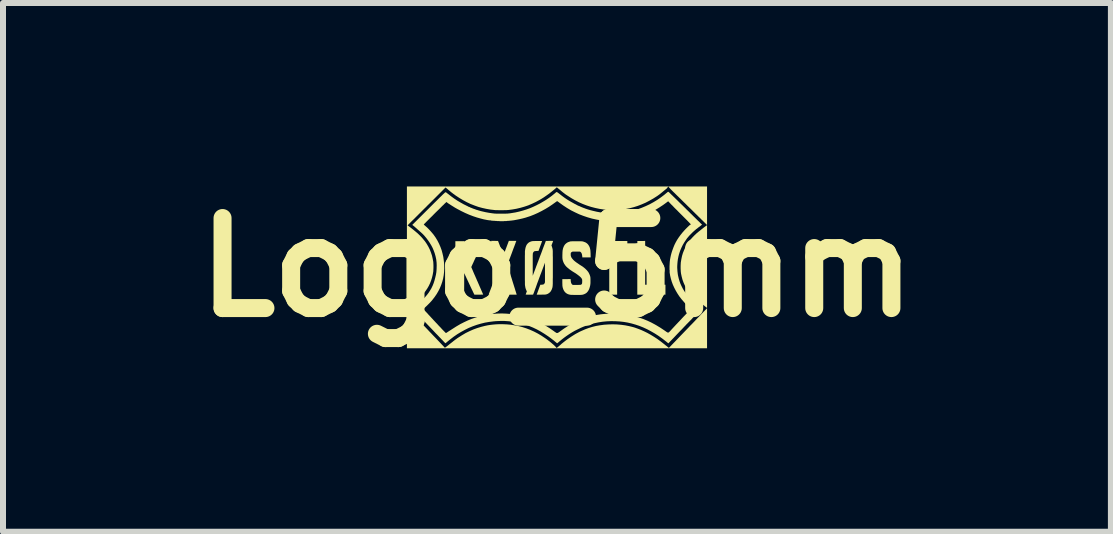
<source format=kicad_pcb>
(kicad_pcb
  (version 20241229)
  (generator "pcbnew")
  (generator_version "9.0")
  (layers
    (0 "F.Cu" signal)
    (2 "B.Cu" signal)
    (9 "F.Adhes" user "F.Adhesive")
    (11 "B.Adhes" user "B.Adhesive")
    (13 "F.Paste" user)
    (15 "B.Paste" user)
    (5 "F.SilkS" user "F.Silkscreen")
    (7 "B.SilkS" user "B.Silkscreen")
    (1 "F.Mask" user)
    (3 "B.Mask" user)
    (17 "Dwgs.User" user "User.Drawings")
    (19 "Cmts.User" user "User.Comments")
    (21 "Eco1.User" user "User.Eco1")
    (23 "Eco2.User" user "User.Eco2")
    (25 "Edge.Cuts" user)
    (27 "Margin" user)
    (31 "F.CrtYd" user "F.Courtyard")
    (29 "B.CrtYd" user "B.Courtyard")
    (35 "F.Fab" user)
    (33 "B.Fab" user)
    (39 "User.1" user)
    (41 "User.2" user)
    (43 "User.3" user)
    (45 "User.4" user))
  (footprint "Logo_5mm"
    (layer "F.Cu")
    (at 6.229 1.404)
    (property "Reference" "Logo_5mm" (at 0 0 0) (layer "F.SilkS") (effects (font (size 1.5 1.5) (thickness 0.3))))
    (attr board_only exclude_from_pos_files exclude_from_bom)
    (fp_poly (pts (xy 1.469 -0.075) (xy 1.469 0.289) (xy 1.638 0.289) (xy 1.807 0.289) (xy 1.807 0.372) (xy 1.807 0.455) (xy 1.572 0.455) (xy 1.338 0.455) (xy 1.338 0.008) (xy 1.339 -0.439) (xy 1.404 -0.439) (xy 1.469 -0.44)) (stroke (width 0) (type solid)) (fill yes) (layer "F.SilkS"))
    (fp_poly (pts (xy 1.172 -0.356) (xy 1.172 -0.273) (xy 1.087 -0.273) (xy 1.002 -0.273) (xy 1.002 0.091) (xy 1.002 0.455) (xy 0.937 0.455) (xy 0.871 0.455) (xy 0.871 0.091) (xy 0.871 -0.273) (xy 0.786 -0.273) (xy 0.701 -0.273) (xy 0.701 -0.356) (xy 0.701 -0.439) (xy 0.937 -0.439) (xy 1.172 -0.439)) (stroke (width 0) (type solid)) (fill yes) (layer "F.SilkS"))
    (fp_poly (pts (xy 2.5 -0.014) (xy 2.5 0.038) (xy 2.5 0.089) (xy 2.5 0.138) (xy 2.5 0.186) (xy 2.5 0.233) (xy 2.5 0.278) (xy 2.5 0.322) (xy 2.5 0.364) (xy 2.5 0.403) (xy 2.5 0.441) (xy 2.5 0.476) (xy 2.5 0.509) (xy 2.5 0.539) (xy 2.5 0.567) (xy 2.5 0.592) (xy 2.5 0.614) (xy 2.5 0.633) (xy 2.5 0.648) (xy 2.5 0.661) (xy 2.5 0.669) (xy 2.5 0.674) (xy 2.5 0.676) (xy 2.498 0.674) (xy 2.494 0.671) (xy 2.487 0.666) (xy 2.479 0.659) (xy 2.469 0.652) (xy 2.458 0.643) (xy 2.456 0.641) (xy 2.423 0.615) (xy 2.393 0.591) (xy 2.366 0.569) (xy 2.341 0.548) (xy 2.32 0.53) (xy 2.3 0.514) (xy 2.283 0.498) (xy 2.268 0.485) (xy 2.255 0.473) (xy 2.244 0.462) (xy 2.243 0.461) (xy 2.209 0.423) (xy 2.179 0.383) (xy 2.152 0.341) (xy 2.128 0.298) (xy 2.108 0.253) (xy 2.091 0.206) (xy 2.078 0.157) (xy 2.067 0.106) (xy 2.063 0.076) (xy 2.062 0.06) (xy 2.061 0.04) (xy 2.06 0.019) (xy 2.06 -0.003) (xy 2.06 -0.025) (xy 2.061 -0.047) (xy 2.062 -0.066) (xy 2.063 -0.082) (xy 2.072 -0.136) (xy 2.083 -0.189) (xy 2.098 -0.239) (xy 2.117 -0.287) (xy 2.138 -0.334) (xy 2.163 -0.378) (xy 2.192 -0.421) (xy 2.203 -0.436) (xy 2.228 -0.467) (xy 2.257 -0.499) (xy 2.289 -0.532) (xy 2.324 -0.565) (xy 2.362 -0.597) (xy 2.401 -0.628) (xy 2.41 -0.635) (xy 2.421 -0.643) (xy 2.43 -0.651) (xy 2.438 -0.657) (xy 2.439 -0.658) (xy 2.447 -0.664) (xy 2.456 -0.671) (xy 2.466 -0.678) (xy 2.476 -0.686) (xy 2.477 -0.686) (xy 2.5 -0.703)) (stroke (width 0) (type solid)) (fill yes) (layer "F.SilkS"))
    (fp_poly (pts (xy -1.238 -0.436) (xy -1.233 -0.436) (xy -1.23 -0.436) (xy -1.23 -0.436) (xy -1.231 -0.434) (xy -1.233 -0.429) (xy -1.237 -0.42) (xy -1.242 -0.409) (xy -1.248 -0.395) (xy -1.256 -0.379) (xy -1.264 -0.36) (xy -1.273 -0.34) (xy -1.284 -0.317) (xy -1.295 -0.293) (xy -1.307 -0.268) (xy -1.319 -0.242) (xy -1.328 -0.221) (xy -1.341 -0.194) (xy -1.353 -0.167) (xy -1.365 -0.142) (xy -1.376 -0.119) (xy -1.386 -0.097) (xy -1.395 -0.076) (xy -1.404 -0.058) (xy -1.411 -0.042) (xy -1.417 -0.029) (xy -1.422 -0.018) (xy -1.425 -0.011) (xy -1.427 -0.006) (xy -1.428 -0.005) (xy -1.427 -0.003) (xy -1.425 0.002) (xy -1.421 0.011) (xy -1.416 0.023) (xy -1.41 0.037) (xy -1.403 0.053) (xy -1.395 0.073) (xy -1.386 0.094) (xy -1.376 0.117) (xy -1.365 0.141) (xy -1.354 0.167) (xy -1.342 0.194) (xy -1.33 0.223) (xy -1.328 0.226) (xy -1.229 0.454) (xy -1.302 0.455) (xy -1.318 0.455) (xy -1.333 0.455) (xy -1.347 0.455) (xy -1.358 0.455) (xy -1.367 0.455) (xy -1.373 0.455) (xy -1.376 0.454) (xy -1.376 0.454) (xy -1.377 0.453) (xy -1.38 0.447) (xy -1.384 0.439) (xy -1.389 0.428) (xy -1.396 0.415) (xy -1.403 0.399) (xy -1.412 0.38) (xy -1.422 0.361) (xy -1.432 0.339) (xy -1.443 0.316) (xy -1.454 0.292) (xy -1.462 0.275) (xy -1.546 0.096) (xy -1.546 0.276) (xy -1.547 0.455) (xy -1.62 0.455) (xy -1.693 0.455) (xy -1.693 0.01) (xy -1.693 -0.436) (xy -1.62 -0.436) (xy -1.547 -0.436) (xy -1.546 -0.274) (xy -1.546 -0.112) (xy -1.461 -0.273) (xy -1.375 -0.435) (xy -1.303 -0.436) (xy -1.287 -0.436) (xy -1.272 -0.436) (xy -1.258 -0.436) (xy -1.247 -0.436)) (stroke (width 0) (type solid)) (fill yes) (layer "F.SilkS"))
    (fp_poly (pts (xy -0.725 -0.441) (xy -0.711 -0.441) (xy -0.699 -0.441) (xy -0.689 -0.441) (xy -0.682 -0.441) (xy -0.678 -0.44) (xy -0.678 -0.44) (xy -0.678 -0.438) (xy -0.68 -0.433) (xy -0.684 -0.424) (xy -0.688 -0.413) (xy -0.693 -0.398) (xy -0.699 -0.382) (xy -0.706 -0.363) (xy -0.714 -0.342) (xy -0.723 -0.319) (xy -0.732 -0.295) (xy -0.741 -0.27) (xy -0.751 -0.243) (xy -0.752 -0.24) (xy -0.827 -0.042) (xy -0.75 0.201) (xy -0.741 0.231) (xy -0.732 0.26) (xy -0.723 0.288) (xy -0.715 0.314) (xy -0.707 0.339) (xy -0.7 0.361) (xy -0.694 0.382) (xy -0.688 0.4) (xy -0.683 0.416) (xy -0.679 0.429) (xy -0.676 0.439) (xy -0.674 0.446) (xy -0.673 0.449) (xy -0.673 0.45) (xy -0.671 0.455) (xy -0.73 0.455) (xy -0.788 0.455) (xy -0.843 0.302) (xy -0.851 0.279) (xy -0.859 0.257) (xy -0.866 0.236) (xy -0.873 0.216) (xy -0.879 0.199) (xy -0.885 0.184) (xy -0.889 0.171) (xy -0.893 0.161) (xy -0.896 0.153) (xy -0.897 0.149) (xy -0.898 0.149) (xy -0.899 0.149) (xy -0.9 0.151) (xy -0.902 0.156) (xy -0.905 0.164) (xy -0.909 0.176) (xy -0.914 0.189) (xy -0.92 0.206) (xy -0.927 0.224) (xy -0.935 0.244) (xy -0.943 0.265) (xy -0.951 0.288) (xy -0.956 0.302) (xy -1.013 0.455) (xy -1.076 0.455) (xy -1.094 0.455) (xy -1.108 0.455) (xy -1.12 0.455) (xy -1.128 0.455) (xy -1.133 0.454) (xy -1.137 0.454) (xy -1.138 0.453) (xy -1.138 0.453) (xy -1.137 0.451) (xy -1.135 0.445) (xy -1.132 0.436) (xy -1.128 0.425) (xy -1.122 0.41) (xy -1.116 0.393) (xy -1.108 0.373) (xy -1.1 0.352) (xy -1.091 0.328) (xy -1.082 0.303) (xy -1.072 0.277) (xy -1.061 0.249) (xy -1.05 0.22) (xy -1.048 0.214) (xy -0.959 -0.023) (xy -1.029 -0.23) (xy -1.038 -0.257) (xy -1.047 -0.283) (xy -1.055 -0.309) (xy -1.063 -0.332) (xy -1.071 -0.354) (xy -1.077 -0.374) (xy -1.083 -0.392) (xy -1.088 -0.407) (xy -1.093 -0.42) (xy -1.096 -0.429) (xy -1.098 -0.436) (xy -1.099 -0.439) (xy -1.099 -0.439) (xy -1.099 -0.44) (xy -1.097 -0.44) (xy -1.092 -0.441) (xy -1.086 -0.441) (xy -1.076 -0.441) (xy -1.063 -0.441) (xy -1.047 -0.441) (xy -1.041 -0.441) (xy -0.982 -0.44) (xy -0.937 -0.324) (xy -0.929 -0.303) (xy -0.922 -0.284) (xy -0.915 -0.267) (xy -0.909 -0.251) (xy -0.903 -0.237) (xy -0.898 -0.225) (xy -0.895 -0.216) (xy -0.892 -0.21) (xy -0.891 -0.207) (xy -0.891 -0.207) (xy -0.89 -0.209) (xy -0.888 -0.214) (xy -0.885 -0.222) (xy -0.88 -0.233) (xy -0.875 -0.246) (xy -0.869 -0.262) (xy -0.863 -0.279) (xy -0.856 -0.298) (xy -0.848 -0.318) (xy -0.846 -0.324) (xy -0.802 -0.441) (xy -0.74 -0.441)) (stroke (width 0) (type solid)) (fill yes) (layer "F.SilkS"))
    (fp_poly (pts (xy -2.492 0.682) (xy -2.489 0.685) (xy -2.483 0.69) (xy -2.476 0.698) (xy -2.467 0.708) (xy -2.456 0.72) (xy -2.444 0.733) (xy -2.43 0.747) (xy -2.416 0.762) (xy -2.403 0.775) (xy -2.392 0.787) (xy -2.381 0.799) (xy -2.371 0.81) (xy -2.36 0.821) (xy -2.349 0.833) (xy -2.338 0.845) (xy -2.326 0.857) (xy -2.314 0.87) (xy -2.301 0.884) (xy -2.287 0.898) (xy -2.272 0.914) (xy -2.256 0.931) (xy -2.238 0.949) (xy -2.22 0.969) (xy -2.199 0.991) (xy -2.177 1.014) (xy -2.153 1.039) (xy -2.127 1.067) (xy -2.098 1.097) (xy -2.068 1.129) (xy -2.034 1.164) (xy -2.011 1.188) (xy -1.867 1.34) (xy -1.861 1.335) (xy -1.855 1.331) (xy -1.847 1.325) (xy -1.836 1.317) (xy -1.823 1.307) (xy -1.808 1.295) (xy -1.791 1.281) (xy -1.772 1.266) (xy -1.763 1.259) (xy -1.742 1.243) (xy -1.724 1.228) (xy -1.708 1.216) (xy -1.693 1.204) (xy -1.678 1.194) (xy -1.664 1.183) (xy -1.649 1.173) (xy -1.644 1.17) (xy -1.583 1.131) (xy -1.522 1.095) (xy -1.459 1.064) (xy -1.396 1.036) (xy -1.331 1.012) (xy -1.266 0.992) (xy -1.2 0.975) (xy -1.199 0.975) (xy -1.151 0.965) (xy -1.105 0.958) (xy -1.059 0.953) (xy -1.012 0.949) (xy -0.962 0.947) (xy -0.933 0.947) (xy -0.906 0.947) (xy -0.881 0.948) (xy -0.859 0.949) (xy -0.836 0.95) (xy -0.814 0.952) (xy -0.79 0.954) (xy -0.779 0.955) (xy -0.711 0.965) (xy -0.643 0.978) (xy -0.577 0.995) (xy -0.512 1.016) (xy -0.447 1.041) (xy -0.384 1.069) (xy -0.322 1.101) (xy -0.261 1.137) (xy -0.201 1.177) (xy -0.188 1.186) (xy -0.168 1.2) (xy -0.149 1.215) (xy -0.129 1.23) (xy -0.11 1.245) (xy -0.092 1.26) (xy -0.075 1.275) (xy -0.059 1.288) (xy -0.045 1.301) (xy -0.034 1.312) (xy -0.024 1.322) (xy -0.018 1.329) (xy -0.017 1.331) (xy -0.012 1.337) (xy -0.008 1.341) (xy -0.006 1.342) (xy -0.003 1.341) (xy 0.002 1.337) (xy 0.009 1.332) (xy 0.017 1.325) (xy 0.026 1.318) (xy 0.027 1.317) (xy 0.038 1.308) (xy 0.049 1.298) (xy 0.06 1.289) (xy 0.07 1.28) (xy 0.075 1.275) (xy 0.106 1.25) (xy 0.139 1.224) (xy 0.174 1.198) (xy 0.21 1.173) (xy 0.246 1.149) (xy 0.281 1.127) (xy 0.286 1.124) (xy 0.3 1.115) (xy 0.316 1.106) (xy 0.332 1.097) (xy 0.348 1.089) (xy 0.362 1.081) (xy 0.375 1.074) (xy 0.386 1.069) (xy 0.387 1.069) (xy 0.394 1.065) (xy 0.404 1.061) (xy 0.414 1.056) (xy 0.417 1.055) (xy 0.472 1.031) (xy 0.529 1.01) (xy 0.588 0.992) (xy 0.648 0.977) (xy 0.709 0.966) (xy 0.769 0.958) (xy 0.783 0.956) (xy 0.857 0.951) (xy 0.929 0.949) (xy 0.999 0.951) (xy 1.069 0.957) (xy 1.136 0.966) (xy 1.202 0.979) (xy 1.267 0.995) (xy 1.297 1.004) (xy 1.347 1.022) (xy 1.399 1.042) (xy 1.452 1.066) (xy 1.505 1.092) (xy 1.557 1.121) (xy 1.61 1.153) (xy 1.647 1.177) (xy 1.664 1.188) (xy 1.68 1.199) (xy 1.696 1.211) (xy 1.712 1.223) (xy 1.729 1.235) (xy 1.747 1.249) (xy 1.766 1.264) (xy 1.788 1.281) (xy 1.811 1.3) (xy 1.813 1.301) (xy 1.864 1.342) (xy 1.876 1.33) (xy 1.879 1.327) (xy 1.884 1.322) (xy 1.891 1.314) (xy 1.901 1.304) (xy 1.913 1.291) (xy 1.927 1.277) (xy 1.943 1.26) (xy 1.961 1.242) (xy 1.981 1.221) (xy 2.002 1.199) (xy 2.024 1.176) (xy 2.048 1.151) (xy 2.073 1.125) (xy 2.099 1.098) (xy 2.126 1.07) (xy 2.154 1.041) (xy 2.182 1.012) (xy 2.188 1.006) (xy 2.216 0.976) (xy 2.244 0.948) (xy 2.271 0.92) (xy 2.297 0.893) (xy 2.321 0.867) (xy 2.345 0.842) (xy 2.368 0.819) (xy 2.389 0.797) (xy 2.408 0.776) (xy 2.426 0.758) (xy 2.442 0.741) (xy 2.456 0.727) (xy 2.468 0.714) (xy 2.478 0.704) (xy 2.486 0.696) (xy 2.491 0.69) (xy 2.493 0.688) (xy 2.494 0.688) (xy 2.5 0.681) (xy 2.5 1.014) (xy 2.5 1.348) (xy 0 1.348) (xy -2.5 1.348) (xy -2.5 1.01) (xy -2.5 0.673)) (stroke (width 0) (type solid)) (fill yes) (layer "F.SilkS"))
    (fp_poly (pts (xy 0.383 -0.435) (xy 0.398 -0.435) (xy 0.409 -0.434) (xy 0.416 -0.434) (xy 0.417 -0.434) (xy 0.432 -0.431) (xy 0.448 -0.426) (xy 0.464 -0.42) (xy 0.478 -0.414) (xy 0.48 -0.413) (xy 0.496 -0.402) (xy 0.512 -0.388) (xy 0.525 -0.371) (xy 0.536 -0.353) (xy 0.543 -0.338) (xy 0.547 -0.327) (xy 0.55 -0.315) (xy 0.553 -0.304) (xy 0.555 -0.292) (xy 0.557 -0.279) (xy 0.558 -0.264) (xy 0.559 -0.246) (xy 0.56 -0.226) (xy 0.56 -0.218) (xy 0.561 -0.166) (xy 0.492 -0.166) (xy 0.422 -0.166) (xy 0.421 -0.184) (xy 0.418 -0.205) (xy 0.414 -0.223) (xy 0.408 -0.238) (xy 0.4 -0.249) (xy 0.391 -0.258) (xy 0.381 -0.262) (xy 0.377 -0.263) (xy 0.368 -0.263) (xy 0.355 -0.263) (xy 0.339 -0.263) (xy 0.318 -0.263) (xy 0.317 -0.263) (xy 0.261 -0.263) (xy 0.249 -0.257) (xy 0.24 -0.252) (xy 0.234 -0.245) (xy 0.233 -0.245) (xy 0.231 -0.241) (xy 0.23 -0.237) (xy 0.229 -0.232) (xy 0.229 -0.224) (xy 0.229 -0.219) (xy 0.229 -0.203) (xy 0.231 -0.19) (xy 0.235 -0.178) (xy 0.238 -0.17) (xy 0.246 -0.156) (xy 0.257 -0.142) (xy 0.27 -0.127) (xy 0.285 -0.112) (xy 0.303 -0.097) (xy 0.324 -0.081) (xy 0.349 -0.064) (xy 0.376 -0.045) (xy 0.397 -0.032) (xy 0.427 -0.013) (xy 0.453 0.007) (xy 0.477 0.028) (xy 0.498 0.049) (xy 0.515 0.07) (xy 0.516 0.07) (xy 0.528 0.089) (xy 0.538 0.109) (xy 0.547 0.13) (xy 0.552 0.146) (xy 0.554 0.152) (xy 0.555 0.158) (xy 0.556 0.164) (xy 0.557 0.171) (xy 0.557 0.18) (xy 0.558 0.191) (xy 0.558 0.204) (xy 0.558 0.211) (xy 0.558 0.228) (xy 0.558 0.245) (xy 0.558 0.259) (xy 0.557 0.27) (xy 0.557 0.275) (xy 0.552 0.308) (xy 0.544 0.337) (xy 0.535 0.364) (xy 0.523 0.387) (xy 0.509 0.407) (xy 0.493 0.424) (xy 0.474 0.437) (xy 0.453 0.447) (xy 0.431 0.455) (xy 0.427 0.455) (xy 0.422 0.456) (xy 0.418 0.457) (xy 0.413 0.457) (xy 0.406 0.458) (xy 0.399 0.458) (xy 0.39 0.459) (xy 0.378 0.459) (xy 0.364 0.459) (xy 0.347 0.459) (xy 0.327 0.459) (xy 0.32 0.459) (xy 0.296 0.459) (xy 0.275 0.459) (xy 0.258 0.458) (xy 0.244 0.458) (xy 0.233 0.458) (xy 0.225 0.457) (xy 0.219 0.456) (xy 0.217 0.456) (xy 0.193 0.45) (xy 0.171 0.441) (xy 0.152 0.429) (xy 0.135 0.414) (xy 0.121 0.396) (xy 0.109 0.375) (xy 0.102 0.356) (xy 0.098 0.345) (xy 0.095 0.334) (xy 0.093 0.322) (xy 0.091 0.31) (xy 0.09 0.296) (xy 0.09 0.28) (xy 0.089 0.261) (xy 0.089 0.248) (xy 0.089 0.196) (xy 0.158 0.196) (xy 0.228 0.195) (xy 0.229 0.217) (xy 0.231 0.238) (xy 0.235 0.256) (xy 0.241 0.27) (xy 0.248 0.281) (xy 0.257 0.289) (xy 0.267 0.293) (xy 0.271 0.293) (xy 0.278 0.293) (xy 0.288 0.293) (xy 0.3 0.293) (xy 0.314 0.293) (xy 0.329 0.293) (xy 0.334 0.293) (xy 0.351 0.293) (xy 0.364 0.292) (xy 0.375 0.292) (xy 0.383 0.292) (xy 0.389 0.291) (xy 0.393 0.291) (xy 0.397 0.29) (xy 0.399 0.289) (xy 0.402 0.288) (xy 0.402 0.288) (xy 0.408 0.283) (xy 0.413 0.278) (xy 0.414 0.276) (xy 0.416 0.273) (xy 0.417 0.269) (xy 0.418 0.265) (xy 0.419 0.259) (xy 0.419 0.251) (xy 0.42 0.24) (xy 0.42 0.238) (xy 0.42 0.225) (xy 0.42 0.214) (xy 0.419 0.205) (xy 0.417 0.198) (xy 0.414 0.192) (xy 0.411 0.186) (xy 0.407 0.18) (xy 0.398 0.169) (xy 0.387 0.158) (xy 0.372 0.145) (xy 0.354 0.131) (xy 0.334 0.116) (xy 0.31 0.099) (xy 0.282 0.082) (xy 0.253 0.064) (xy 0.227 0.046) (xy 0.202 0.028) (xy 0.179 0.009) (xy 0.158 -0.01) (xy 0.141 -0.029) (xy 0.135 -0.038) (xy 0.119 -0.061) (xy 0.107 -0.086) (xy 0.098 -0.111) (xy 0.092 -0.137) (xy 0.092 -0.14) (xy 0.091 -0.149) (xy 0.09 -0.161) (xy 0.09 -0.175) (xy 0.09 -0.191) (xy 0.09 -0.208) (xy 0.091 -0.225) (xy 0.091 -0.242) (xy 0.092 -0.258) (xy 0.093 -0.271) (xy 0.094 -0.283) (xy 0.095 -0.288) (xy 0.101 -0.316) (xy 0.11 -0.341) (xy 0.121 -0.363) (xy 0.134 -0.382) (xy 0.151 -0.398) (xy 0.17 -0.412) (xy 0.191 -0.422) (xy 0.213 -0.429) (xy 0.217 -0.431) (xy 0.222 -0.432) (xy 0.226 -0.432) (xy 0.23 -0.433) (xy 0.236 -0.434) (xy 0.242 -0.434) (xy 0.251 -0.434) (xy 0.261 -0.435) (xy 0.274 -0.435) (xy 0.29 -0.435) (xy 0.31 -0.435) (xy 0.316 -0.435) (xy 0.343 -0.435) (xy 0.365 -0.435)) (stroke (width 0) (type solid)) (fill yes) (layer "F.SilkS"))
    (fp_poly (pts (xy 2.5 -1.027) (xy 2.5 -0.705) (xy 2.474 -0.731) (xy 2.469 -0.737) (xy 2.46 -0.745) (xy 2.45 -0.755) (xy 2.438 -0.767) (xy 2.424 -0.781) (xy 2.408 -0.796) (xy 2.392 -0.812) (xy 2.375 -0.829) (xy 2.357 -0.846) (xy 2.343 -0.86) (xy 2.324 -0.879) (xy 2.302 -0.9) (xy 2.279 -0.923) (xy 2.255 -0.947) (xy 2.23 -0.972) (xy 2.204 -0.997) (xy 2.179 -1.021) (xy 2.155 -1.045) (xy 2.132 -1.068) (xy 2.116 -1.083) (xy 2.097 -1.102) (xy 2.077 -1.122) (xy 2.057 -1.142) (xy 2.037 -1.161) (xy 2.018 -1.18) (xy 2 -1.197) (xy 1.983 -1.214) (xy 1.969 -1.228) (xy 1.956 -1.241) (xy 1.945 -1.251) (xy 1.942 -1.254) (xy 1.926 -1.27) (xy 1.912 -1.284) (xy 1.9 -1.296) (xy 1.89 -1.307) (xy 1.881 -1.316) (xy 1.873 -1.325) (xy 1.865 -1.334) (xy 1.859 -1.341) (xy 1.854 -1.346) (xy 1.841 -1.33) (xy 1.835 -1.323) (xy 1.83 -1.316) (xy 1.825 -1.311) (xy 1.823 -1.309) (xy 1.82 -1.307) (xy 1.814 -1.302) (xy 1.807 -1.296) (xy 1.797 -1.289) (xy 1.787 -1.28) (xy 1.776 -1.271) (xy 1.774 -1.27) (xy 1.753 -1.252) (xy 1.733 -1.236) (xy 1.716 -1.222) (xy 1.7 -1.21) (xy 1.686 -1.2) (xy 1.672 -1.19) (xy 1.666 -1.186) (xy 1.603 -1.146) (xy 1.539 -1.11) (xy 1.476 -1.077) (xy 1.411 -1.049) (xy 1.346 -1.024) (xy 1.28 -1.003) (xy 1.214 -0.986) (xy 1.146 -0.972) (xy 1.078 -0.962) (xy 1.024 -0.957) (xy 1.011 -0.956) (xy 0.994 -0.955) (xy 0.975 -0.955) (xy 0.954 -0.955) (xy 0.933 -0.955) (xy 0.912 -0.955) (xy 0.891 -0.955) (xy 0.873 -0.956) (xy 0.857 -0.956) (xy 0.85 -0.957) (xy 0.777 -0.964) (xy 0.705 -0.975) (xy 0.635 -0.99) (xy 0.566 -1.008) (xy 0.498 -1.03) (xy 0.432 -1.055) (xy 0.366 -1.084) (xy 0.302 -1.117) (xy 0.238 -1.154) (xy 0.179 -1.192) (xy 0.162 -1.203) (xy 0.147 -1.213) (xy 0.132 -1.224) (xy 0.118 -1.235) (xy 0.103 -1.246) (xy 0.087 -1.259) (xy 0.069 -1.274) (xy 0.049 -1.291) (xy 0.049 -1.291) (xy -0.003 -1.334) (xy -0.008 -1.329) (xy -0.046 -1.296) (xy -0.088 -1.262) (xy -0.131 -1.228) (xy -0.176 -1.196) (xy -0.221 -1.165) (xy -0.266 -1.137) (xy -0.289 -1.124) (xy -0.351 -1.09) (xy -0.415 -1.06) (xy -0.478 -1.033) (xy -0.543 -1.011) (xy -0.609 -0.992) (xy -0.677 -0.976) (xy -0.746 -0.964) (xy -0.816 -0.955) (xy -0.821 -0.955) (xy -0.832 -0.954) (xy -0.846 -0.953) (xy -0.862 -0.953) (xy -0.881 -0.953) (xy -0.901 -0.952) (xy -0.921 -0.952) (xy -0.943 -0.952) (xy -0.963 -0.952) (xy -0.983 -0.953) (xy -1.002 -0.953) (xy -1.018 -0.953) (xy -1.031 -0.954) (xy -1.04 -0.955) (xy -1.11 -0.963) (xy -1.179 -0.975) (xy -1.246 -0.99) (xy -1.312 -1.008) (xy -1.376 -1.031) (xy -1.44 -1.056) (xy -1.503 -1.086) (xy -1.564 -1.119) (xy -1.626 -1.156) (xy -1.687 -1.196) (xy -1.707 -1.211) (xy -1.718 -1.219) (xy -1.727 -1.225) (xy -1.734 -1.23) (xy -1.74 -1.235) (xy -1.747 -1.241) (xy -1.756 -1.247) (xy -1.766 -1.255) (xy -1.772 -1.26) (xy -1.781 -1.268) (xy -1.792 -1.277) (xy -1.805 -1.287) (xy -1.818 -1.299) (xy -1.832 -1.311) (xy -1.847 -1.323) (xy -1.848 -1.324) (xy -1.856 -1.331) (xy -2.102 -1.085) (xy -2.129 -1.058) (xy -2.157 -1.031) (xy -2.183 -1.004) (xy -2.21 -0.978) (xy -2.236 -0.952) (xy -2.261 -0.927) (xy -2.285 -0.903) (xy -2.308 -0.88) (xy -2.33 -0.858) (xy -2.35 -0.838) (xy -2.368 -0.82) (xy -2.384 -0.804) (xy -2.398 -0.79) (xy -2.41 -0.779) (xy -2.419 -0.77) (xy -2.419 -0.77) (xy -2.489 -0.7) (xy -2.449 -0.67) (xy -2.415 -0.644) (xy -2.384 -0.619) (xy -2.355 -0.595) (xy -2.329 -0.573) (xy -2.305 -0.551) (xy -2.283 -0.529) (xy -2.262 -0.508) (xy -2.242 -0.486) (xy -2.235 -0.477) (xy -2.2 -0.435) (xy -2.17 -0.391) (xy -2.143 -0.345) (xy -2.119 -0.297) (xy -2.1 -0.248) (xy -2.083 -0.198) (xy -2.071 -0.145) (xy -2.061 -0.092) (xy -2.061 -0.091) (xy -2.06 -0.075) (xy -2.059 -0.056) (xy -2.058 -0.035) (xy -2.058 -0.012) (xy -2.058 0.01) (xy -2.059 0.032) (xy -2.06 0.052) (xy -2.061 0.07) (xy -2.062 0.076) (xy -2.071 0.126) (xy -2.083 0.175) (xy -2.098 0.222) (xy -2.116 0.268) (xy -2.138 0.313) (xy -2.163 0.356) (xy -2.192 0.398) (xy -2.225 0.439) (xy -2.261 0.479) (xy -2.301 0.519) (xy -2.344 0.557) (xy -2.392 0.595) (xy -2.399 0.6) (xy -2.405 0.604) (xy -2.413 0.611) (xy -2.423 0.618) (xy -2.434 0.626) (xy -2.445 0.634) (xy -2.457 0.642) (xy -2.468 0.65) (xy -2.478 0.657) (xy -2.487 0.663) (xy -2.493 0.668) (xy -2.497 0.67) (xy -2.498 0.671) (xy -2.498 0.669) (xy -2.498 0.665) (xy -2.499 0.657) (xy -2.499 0.645) (xy -2.499 0.631) (xy -2.499 0.613) (xy -2.499 0.592) (xy -2.499 0.567) (xy -2.499 0.539) (xy -2.499 0.507) (xy -2.5 0.472) (xy -2.5 0.433) (xy -2.5 0.391) (xy -2.5 0.345) (xy -2.5 0.296) (xy -2.5 0.243) (xy -2.5 0.186) (xy -2.5 0.126) (xy -2.5 0.062) (xy -2.5 -0.006) (xy -2.5 -0.078) (xy -2.5 -0.153) (xy -2.5 -0.233) (xy -2.5 -0.316) (xy -2.5 -0.338) (xy -2.5 -1.348) (xy 0 -1.348) (xy 2.5 -1.348)) (stroke (width 0) (type solid)) (fill yes) (layer "F.SilkS"))
    (fp_poly (pts (xy -0.097 -0.441) (xy -0.085 -0.441) (xy -0.075 -0.441) (xy -0.069 -0.44) (xy -0.065 -0.44) (xy -0.064 -0.44) (xy -0.065 -0.438) (xy -0.067 -0.432) (xy -0.07 -0.424) (xy -0.073 -0.415) (xy -0.077 -0.404) (xy -0.078 -0.402) (xy -0.092 -0.365) (xy -0.087 -0.353) (xy -0.083 -0.34) (xy -0.079 -0.327) (xy -0.075 -0.312) (xy -0.073 -0.302) (xy -0.072 -0.299) (xy -0.072 -0.296) (xy -0.072 -0.293) (xy -0.071 -0.289) (xy -0.071 -0.284) (xy -0.071 -0.279) (xy -0.07 -0.271) (xy -0.07 -0.263) (xy -0.07 -0.253) (xy -0.07 -0.241) (xy -0.07 -0.227) (xy -0.07 -0.211) (xy -0.07 -0.192) (xy -0.069 -0.171) (xy -0.069 -0.147) (xy -0.069 -0.12) (xy -0.069 -0.09) (xy -0.069 -0.056) (xy -0.069 -0.019) (xy -0.069 0.005) (xy -0.069 0.045) (xy -0.069 0.081) (xy -0.069 0.114) (xy -0.069 0.144) (xy -0.069 0.17) (xy -0.07 0.194) (xy -0.07 0.215) (xy -0.07 0.233) (xy -0.07 0.249) (xy -0.07 0.264) (xy -0.07 0.276) (xy -0.071 0.286) (xy -0.071 0.295) (xy -0.072 0.303) (xy -0.072 0.31) (xy -0.073 0.316) (xy -0.074 0.321) (xy -0.074 0.325) (xy -0.075 0.33) (xy -0.076 0.334) (xy -0.077 0.339) (xy -0.078 0.343) (xy -0.081 0.351) (xy -0.085 0.362) (xy -0.089 0.373) (xy -0.092 0.378) (xy -0.103 0.398) (xy -0.117 0.415) (xy -0.134 0.429) (xy -0.153 0.441) (xy -0.175 0.449) (xy -0.176 0.449) (xy -0.18 0.451) (xy -0.184 0.452) (xy -0.188 0.452) (xy -0.193 0.453) (xy -0.199 0.453) (xy -0.207 0.454) (xy -0.217 0.454) (xy -0.23 0.454) (xy -0.246 0.454) (xy -0.264 0.455) (xy -0.284 0.455) (xy -0.3 0.455) (xy -0.312 0.455) (xy -0.322 0.455) (xy -0.329 0.455) (xy -0.334 0.454) (xy -0.336 0.454) (xy -0.337 0.453) (xy -0.337 0.453) (xy -0.337 0.45) (xy -0.335 0.445) (xy -0.331 0.436) (xy -0.327 0.425) (xy -0.322 0.412) (xy -0.317 0.397) (xy -0.311 0.381) (xy -0.307 0.37) (xy -0.277 0.289) (xy -0.255 0.289) (xy -0.245 0.288) (xy -0.237 0.287) (xy -0.231 0.286) (xy -0.226 0.284) (xy -0.224 0.284) (xy -0.215 0.277) (xy -0.208 0.267) (xy -0.202 0.256) (xy -0.201 0.251) (xy -0.201 0.247) (xy -0.2 0.239) (xy -0.2 0.228) (xy -0.2 0.212) (xy -0.2 0.193) (xy -0.2 0.17) (xy -0.2 0.143) (xy -0.2 0.112) (xy -0.2 0.082) (xy -0.2 -0.077) (xy -0.268 0.104) (xy -0.278 0.129) (xy -0.287 0.154) (xy -0.296 0.177) (xy -0.304 0.199) (xy -0.311 0.219) (xy -0.318 0.237) (xy -0.324 0.253) (xy -0.329 0.266) (xy -0.333 0.277) (xy -0.335 0.284) (xy -0.337 0.288) (xy -0.337 0.289) (xy -0.338 0.292) (xy -0.34 0.298) (xy -0.343 0.306) (xy -0.347 0.317) (xy -0.351 0.33) (xy -0.356 0.343) (xy -0.362 0.358) (xy -0.367 0.373) (xy -0.373 0.388) (xy -0.378 0.403) (xy -0.383 0.417) (xy -0.388 0.429) (xy -0.392 0.439) (xy -0.395 0.447) (xy -0.397 0.452) (xy -0.398 0.453) (xy -0.4 0.454) (xy -0.405 0.454) (xy -0.413 0.455) (xy -0.424 0.455) (xy -0.436 0.455) (xy -0.449 0.455) (xy -0.462 0.455) (xy -0.475 0.455) (xy -0.488 0.455) (xy -0.499 0.455) (xy -0.509 0.454) (xy -0.516 0.454) (xy -0.521 0.454) (xy -0.522 0.453) (xy -0.521 0.451) (xy -0.519 0.446) (xy -0.516 0.438) (xy -0.513 0.429) (xy -0.512 0.426) (xy -0.502 0.4) (xy -0.51 0.384) (xy -0.518 0.364) (xy -0.525 0.344) (xy -0.529 0.322) (xy -0.533 0.297) (xy -0.533 0.292) (xy -0.534 0.287) (xy -0.534 0.278) (xy -0.534 0.266) (xy -0.534 0.251) (xy -0.534 0.233) (xy -0.535 0.213) (xy -0.535 0.19) (xy -0.535 0.166) (xy -0.535 0.14) (xy -0.535 0.113) (xy -0.535 0.084) (xy -0.535 0.055) (xy -0.535 0.026) (xy -0.535 -0.004) (xy -0.535 -0.034) (xy -0.535 -0.063) (xy -0.535 -0.091) (xy -0.535 -0.119) (xy -0.535 -0.145) (xy -0.535 -0.169) (xy -0.535 -0.192) (xy -0.534 -0.213) (xy -0.534 -0.231) (xy -0.534 -0.247) (xy -0.534 -0.259) (xy -0.534 -0.268) (xy -0.533 -0.274) (xy -0.533 -0.274) (xy -0.529 -0.304) (xy -0.523 -0.331) (xy -0.515 -0.355) (xy -0.505 -0.376) (xy -0.492 -0.393) (xy -0.477 -0.408) (xy -0.459 -0.42) (xy -0.439 -0.429) (xy -0.423 -0.434) (xy -0.419 -0.435) (xy -0.415 -0.436) (xy -0.41 -0.437) (xy -0.404 -0.437) (xy -0.398 -0.438) (xy -0.389 -0.438) (xy -0.378 -0.438) (xy -0.365 -0.439) (xy -0.349 -0.439) (xy -0.329 -0.439) (xy -0.328 -0.439) (xy -0.307 -0.439) (xy -0.291 -0.439) (xy -0.277 -0.439) (xy -0.267 -0.439) (xy -0.259 -0.439) (xy -0.254 -0.439) (xy -0.25 -0.438) (xy -0.249 -0.438) (xy -0.248 -0.437) (xy -0.249 -0.435) (xy -0.251 -0.429) (xy -0.254 -0.421) (xy -0.258 -0.41) (xy -0.262 -0.397) (xy -0.268 -0.382) (xy -0.274 -0.366) (xy -0.278 -0.355) (xy -0.308 -0.274) (xy -0.337 -0.273) (xy -0.351 -0.272) (xy -0.362 -0.271) (xy -0.371 -0.27) (xy -0.377 -0.267) (xy -0.383 -0.264) (xy -0.387 -0.26) (xy -0.395 -0.25) (xy -0.4 -0.238) (xy -0.402 -0.231) (xy -0.403 -0.227) (xy -0.403 -0.221) (xy -0.403 -0.211) (xy -0.404 -0.199) (xy -0.404 -0.183) (xy -0.404 -0.164) (xy -0.404 -0.141) (xy -0.404 -0.115) (xy -0.404 -0.085) (xy -0.404 -0.051) (xy -0.404 -0.04) (xy -0.404 0.14) (xy -0.353 0.005) (xy -0.345 -0.018) (xy -0.336 -0.04) (xy -0.328 -0.062) (xy -0.32 -0.084) (xy -0.311 -0.106) (xy -0.303 -0.129) (xy -0.294 -0.152) (xy -0.285 -0.177) (xy -0.275 -0.203) (xy -0.264 -0.231) (xy -0.253 -0.261) (xy -0.241 -0.294) (xy -0.228 -0.329) (xy -0.213 -0.368) (xy -0.2 -0.402) (xy -0.186 -0.44) (xy -0.125 -0.441) (xy -0.11 -0.441)) (stroke (width 0) (type solid)) (fill yes) (layer "F.SilkS"))
    (fp_poly (pts (xy 1.857 -1.258) (xy 1.862 -1.254) (xy 1.867 -1.25) (xy 1.871 -1.246) (xy 1.878 -1.24) (xy 1.887 -1.231) (xy 1.898 -1.22) (xy 1.911 -1.207) (xy 1.927 -1.192) (xy 1.943 -1.176) (xy 1.962 -1.158) (xy 1.981 -1.139) (xy 2.002 -1.119) (xy 2.023 -1.098) (xy 2.045 -1.076) (xy 2.068 -1.054) (xy 2.091 -1.032) (xy 2.114 -1.009) (xy 2.137 -0.987) (xy 2.159 -0.964) (xy 2.181 -0.943) (xy 2.203 -0.922) (xy 2.223 -0.901) (xy 2.241 -0.884) (xy 2.26 -0.865) (xy 2.279 -0.846) (xy 2.298 -0.828) (xy 2.315 -0.811) (xy 2.331 -0.795) (xy 2.346 -0.78) (xy 2.36 -0.767) (xy 2.372 -0.756) (xy 2.381 -0.746) (xy 2.388 -0.739) (xy 2.392 -0.735) (xy 2.417 -0.712) (xy 2.398 -0.697) (xy 2.39 -0.69) (xy 2.381 -0.683) (xy 2.373 -0.677) (xy 2.368 -0.674) (xy 2.362 -0.669) (xy 2.353 -0.663) (xy 2.345 -0.656) (xy 2.339 -0.651) (xy 2.332 -0.645) (xy 2.326 -0.641) (xy 2.321 -0.638) (xy 2.319 -0.637) (xy 2.317 -0.635) (xy 2.314 -0.632) (xy 2.314 -0.632) (xy 2.311 -0.628) (xy 2.309 -0.627) (xy 2.308 -0.627) (xy 2.306 -0.626) (xy 2.303 -0.622) (xy 2.302 -0.621) (xy 2.298 -0.617) (xy 2.295 -0.615) (xy 2.294 -0.615) (xy 2.292 -0.614) (xy 2.288 -0.61) (xy 2.286 -0.607) (xy 2.282 -0.603) (xy 2.278 -0.6) (xy 2.277 -0.6) (xy 2.276 -0.598) (xy 2.271 -0.595) (xy 2.265 -0.589) (xy 2.258 -0.582) (xy 2.25 -0.574) (xy 2.241 -0.565) (xy 2.232 -0.556) (xy 2.223 -0.547) (xy 2.215 -0.539) (xy 2.208 -0.532) (xy 2.203 -0.526) (xy 2.2 -0.523) (xy 2.199 -0.522) (xy 2.198 -0.519) (xy 2.194 -0.516) (xy 2.193 -0.514) (xy 2.188 -0.51) (xy 2.186 -0.507) (xy 2.186 -0.507) (xy 2.184 -0.504) (xy 2.181 -0.5) (xy 2.181 -0.5) (xy 2.177 -0.497) (xy 2.176 -0.495) (xy 2.176 -0.495) (xy 2.175 -0.492) (xy 2.171 -0.489) (xy 2.171 -0.489) (xy 2.168 -0.486) (xy 2.166 -0.483) (xy 2.166 -0.483) (xy 2.165 -0.481) (xy 2.162 -0.477) (xy 2.158 -0.471) (xy 2.154 -0.465) (xy 2.124 -0.421) (xy 2.097 -0.376) (xy 2.074 -0.329) (xy 2.053 -0.28) (xy 2.036 -0.229) (xy 2.03 -0.209) (xy 2.027 -0.195) (xy 2.023 -0.18) (xy 2.02 -0.164) (xy 2.017 -0.149) (xy 2.014 -0.135) (xy 2.013 -0.126) (xy 2.012 -0.119) (xy 2.011 -0.112) (xy 2.011 -0.11) (xy 2.01 -0.105) (xy 2.009 -0.098) (xy 2.009 -0.096) (xy 2.006 -0.063) (xy 2.004 -0.032) (xy 2.003 -0.004) (xy 2.004 0.023) (xy 2.005 0.035) (xy 2.006 0.048) (xy 2.006 0.058) (xy 2.007 0.065) (xy 2.007 0.07) (xy 2.008 0.074) (xy 2.008 0.077) (xy 2.008 0.079) (xy 2.009 0.081) (xy 2.01 0.088) (xy 2.01 0.096) (xy 2.011 0.1) (xy 2.012 0.108) (xy 2.013 0.115) (xy 2.014 0.124) (xy 2.015 0.125) (xy 2.015 0.13) (xy 2.017 0.136) (xy 2.018 0.142) (xy 2.028 0.185) (xy 2.041 0.23) (xy 2.057 0.274) (xy 2.077 0.317) (xy 2.099 0.36) (xy 2.124 0.4) (xy 2.134 0.414) (xy 2.153 0.441) (xy 2.173 0.466) (xy 2.194 0.49) (xy 2.216 0.513) (xy 2.241 0.537) (xy 2.269 0.562) (xy 2.279 0.571) (xy 2.286 0.578) (xy 2.292 0.583) (xy 2.297 0.587) (xy 2.299 0.59) (xy 2.299 0.59) (xy 2.301 0.592) (xy 2.302 0.592) (xy 2.305 0.593) (xy 2.306 0.595) (xy 2.308 0.597) (xy 2.313 0.601) (xy 2.319 0.606) (xy 2.327 0.613) (xy 2.337 0.62) (xy 2.337 0.621) (xy 2.348 0.629) (xy 2.358 0.638) (xy 2.369 0.646) (xy 2.377 0.654) (xy 2.382 0.658) (xy 2.389 0.664) (xy 2.395 0.668) (xy 2.399 0.671) (xy 2.4 0.672) (xy 2.402 0.673) (xy 2.406 0.676) (xy 2.409 0.678) (xy 2.416 0.684) (xy 2.367 0.735) (xy 2.354 0.749) (xy 2.34 0.763) (xy 2.325 0.778) (xy 2.312 0.792) (xy 2.299 0.805) (xy 2.288 0.816) (xy 2.284 0.82) (xy 2.275 0.83) (xy 2.266 0.838) (xy 2.259 0.845) (xy 2.254 0.851) (xy 2.251 0.854) (xy 2.25 0.855) (xy 2.249 0.857) (xy 2.245 0.861) (xy 2.24 0.867) (xy 2.232 0.874) (xy 2.225 0.882) (xy 2.216 0.89) (xy 2.209 0.898) (xy 2.201 0.906) (xy 2.194 0.913) (xy 2.186 0.921) (xy 2.179 0.929) (xy 2.17 0.937) (xy 2.161 0.946) (xy 2.151 0.957) (xy 2.14 0.969) (xy 2.127 0.982) (xy 2.113 0.997) (xy 2.097 1.014) (xy 2.079 1.033) (xy 2.058 1.054) (xy 2.035 1.078) (xy 2.031 1.082) (xy 2.012 1.102) (xy 1.993 1.122) (xy 1.975 1.141) (xy 1.958 1.159) (xy 1.942 1.176) (xy 1.926 1.192) (xy 1.913 1.206) (xy 1.901 1.218) (xy 1.891 1.228) (xy 1.884 1.236) (xy 1.879 1.242) (xy 1.878 1.243) (xy 1.855 1.266) (xy 1.821 1.238) (xy 1.758 1.189) (xy 1.694 1.143) (xy 1.63 1.102) (xy 1.566 1.065) (xy 1.502 1.031) (xy 1.437 1.001) (xy 1.372 0.975) (xy 1.306 0.953) (xy 1.239 0.934) (xy 1.173 0.919) (xy 1.113 0.909) (xy 1.042 0.901) (xy 0.971 0.897) (xy 0.9 0.896) (xy 0.829 0.899) (xy 0.758 0.906) (xy 0.688 0.917) (xy 0.619 0.932) (xy 0.551 0.95) (xy 0.501 0.966) (xy 0.469 0.978) (xy 0.435 0.991) (xy 0.4 1.006) (xy 0.365 1.023) (xy 0.33 1.04) (xy 0.296 1.057) (xy 0.266 1.074) (xy 0.264 1.075) (xy 0.228 1.097) (xy 0.191 1.121) (xy 0.153 1.147) (xy 0.116 1.174) (xy 0.08 1.202) (xy 0.047 1.229) (xy 0.044 1.231) (xy 0.035 1.239) (xy 0.026 1.247) (xy 0.018 1.253) (xy 0.012 1.258) (xy 0.008 1.261) (xy 0.008 1.261) (xy 0.002 1.266) (xy -0.012 1.253) (xy -0.032 1.237) (xy -0.054 1.218) (xy -0.078 1.2) (xy -0.102 1.181) (xy -0.126 1.164) (xy -0.145 1.15) (xy -0.208 1.108) (xy -0.271 1.069) (xy -0.335 1.034) (xy -0.4 1.003) (xy -0.466 0.976) (xy -0.532 0.953) (xy -0.598 0.933) (xy -0.666 0.918) (xy -0.734 0.906) (xy -0.803 0.898) (xy -0.873 0.893) (xy -0.944 0.893) (xy -1.016 0.896) (xy -1.059 0.9) (xy -1.13 0.909) (xy -1.2 0.921) (xy -1.269 0.938) (xy -1.337 0.958) (xy -1.404 0.982) (xy -1.47 1.009) (xy -1.534 1.041) (xy -1.598 1.076) (xy -1.661 1.114) (xy -1.723 1.157) (xy -1.784 1.204) (xy -1.832 1.243) (xy -1.84 1.25) (xy -1.847 1.256) (xy -1.852 1.26) (xy -1.855 1.263) (xy -1.856 1.263) (xy -1.858 1.264) (xy -1.86 1.263) (xy -1.863 1.261) (xy -1.868 1.256) (xy -1.873 1.251) (xy -1.877 1.247) (xy -1.883 1.241) (xy -1.891 1.232) (xy -1.901 1.221) (xy -1.913 1.209) (xy -1.927 1.194) (xy -1.942 1.178) (xy -1.959 1.161) (xy -1.976 1.143) (xy -1.994 1.124) (xy -2.013 1.105) (xy -2.017 1.101) (xy -2.06 1.055) (xy -2.102 1.011) (xy -2.144 0.967) (xy -2.186 0.923) (xy -2.228 0.879) (xy -2.272 0.833) (xy -2.317 0.785) (xy -2.364 0.735) (xy -2.365 0.734) (xy -2.403 0.695) (xy -2.225 0.695) (xy -2.223 0.697) (xy -2.22 0.701) (xy -2.214 0.708) (xy -2.207 0.716) (xy -2.198 0.726) (xy -2.187 0.737) (xy -2.179 0.746) (xy -2.167 0.758) (xy -2.155 0.771) (xy -2.144 0.784) (xy -2.133 0.796) (xy -2.123 0.806) (xy -2.116 0.814) (xy -2.113 0.817) (xy -2.092 0.84) (xy -2.073 0.86) (xy -2.056 0.879) (xy -2.041 0.895) (xy -2.027 0.91) (xy -2.014 0.924) (xy -2.001 0.937) (xy -1.989 0.95) (xy -1.978 0.963) (xy -1.965 0.976) (xy -1.952 0.99) (xy -1.938 1.004) (xy -1.923 1.021) (xy -1.908 1.037) (xy -1.896 1.049) (xy -1.885 1.061) (xy -1.874 1.071) (xy -1.866 1.08) (xy -1.859 1.087) (xy -1.853 1.091) (xy -1.851 1.094) (xy -1.85 1.094) (xy -1.847 1.093) (xy -1.842 1.09) (xy -1.835 1.086) (xy -1.827 1.081) (xy -1.826 1.08) (xy -1.797 1.061) (xy -1.77 1.044) (xy -1.747 1.029) (xy -1.725 1.015) (xy -1.706 1.003) (xy -1.689 0.992) (xy -1.673 0.982) (xy -1.659 0.974) (xy -1.646 0.966) (xy -1.633 0.959) (xy -1.622 0.952) (xy -1.61 0.945) (xy -1.598 0.939) (xy -1.586 0.933) (xy -1.574 0.927) (xy -1.56 0.92) (xy -1.557 0.918) (xy -1.489 0.886) (xy -1.421 0.858) (xy -1.351 0.834) (xy -1.281 0.813) (xy -1.21 0.797) (xy -1.138 0.784) (xy -1.066 0.775) (xy -0.993 0.77) (xy -0.919 0.768) (xy -0.844 0.771) (xy -0.769 0.777) (xy -0.692 0.787) (xy -0.646 0.795) (xy -0.578 0.81) (xy -0.512 0.828) (xy -0.446 0.85) (xy -0.38 0.875) (xy -0.314 0.905) (xy -0.249 0.938) (xy -0.185 0.975) (xy -0.12 1.015) (xy -0.056 1.06) (xy -0.05 1.064) (xy -0.04 1.072) (xy -0.03 1.078) (xy -0.022 1.084) (xy -0.015 1.088) (xy -0.011 1.091) (xy -0.01 1.091) (xy -0.004 1.093) (xy 0.001 1.094) (xy 0.008 1.093) (xy 0.014 1.091) (xy 0.023 1.087) (xy 0.033 1.08) (xy 0.045 1.072) (xy 0.055 1.064) (xy 0.118 1.019) (xy 0.182 0.978) (xy 0.247 0.94) (xy 0.313 0.907) (xy 0.381 0.876) (xy 0.449 0.85) (xy 0.518 0.827) (xy 0.588 0.808) (xy 0.659 0.793) (xy 0.73 0.782) (xy 0.779 0.777) (xy 0.841 0.772) (xy 0.904 0.77) (xy 0.965 0.77) (xy 1.025 0.772) (xy 1.081 0.776) (xy 1.155 0.786) (xy 1.227 0.799) (xy 1.299 0.816) (xy 1.369 0.837) (xy 1.439 0.861) (xy 1.507 0.889) (xy 1.567 0.917) (xy 1.597 0.933) (xy 1.627 0.949) (xy 1.657 0.966) (xy 1.688 0.985) (xy 1.72 1.004) (xy 1.753 1.026) (xy 1.789 1.05) (xy 1.816 1.069) (xy 1.826 1.076) (xy 1.833 1.08) (xy 1.838 1.083) (xy 1.842 1.085) (xy 1.846 1.086) (xy 1.849 1.086) (xy 1.85 1.086) (xy 1.859 1.085) (xy 1.864 1.083) (xy 1.867 1.08) (xy 1.871 1.075) (xy 1.878 1.069) (xy 1.886 1.06) (xy 1.895 1.051) (xy 1.902 1.043) (xy 1.911 1.033) (xy 1.923 1.02) (xy 1.936 1.006) (xy 1.95 0.991) (xy 1.964 0.976) (xy 1.978 0.961) (xy 1.984 0.954) (xy 1.997 0.941) (xy 2.011 0.926) (xy 2.024 0.912) (xy 2.037 0.899) (xy 2.048 0.887) (xy 2.058 0.876) (xy 2.063 0.871) (xy 2.07 0.864) (xy 2.079 0.853) (xy 2.09 0.842) (xy 2.103 0.828) (xy 2.117 0.813) (xy 2.132 0.798) (xy 2.146 0.783) (xy 2.16 0.768) (xy 2.174 0.754) (xy 2.186 0.74) (xy 2.198 0.728) (xy 2.208 0.717) (xy 2.216 0.708) (xy 2.223 0.701) (xy 2.228 0.695) (xy 2.23 0.693) (xy 2.23 0.692) (xy 2.229 0.69) (xy 2.226 0.686) (xy 2.223 0.684) (xy 2.219 0.681) (xy 2.213 0.675) (xy 2.206 0.668) (xy 2.198 0.661) (xy 2.196 0.659) (xy 2.189 0.652) (xy 2.183 0.646) (xy 2.178 0.641) (xy 2.175 0.639) (xy 2.174 0.639) (xy 2.172 0.637) (xy 2.168 0.633) (xy 2.161 0.627) (xy 2.153 0.618) (xy 2.143 0.608) (xy 2.132 0.596) (xy 2.12 0.583) (xy 2.116 0.578) (xy 2.077 0.533) (xy 2.041 0.487) (xy 2.009 0.439) (xy 1.98 0.39) (xy 1.954 0.34) (xy 1.931 0.29) (xy 1.912 0.239) (xy 1.897 0.187) (xy 1.885 0.136) (xy 1.878 0.092) (xy 1.877 0.081) (xy 1.877 0.07) (xy 1.877 0.061) (xy 1.877 0.057) (xy 1.877 0.05) (xy 1.877 0.045) (xy 1.876 0.043) (xy 1.876 0.043) (xy 1.875 0.041) (xy 1.875 0.036) (xy 1.875 0.027) (xy 1.875 0.017) (xy 1.875 0.004) (xy 1.875 -0.011) (xy 1.875 -0.017) (xy 1.877 -0.056) (xy 1.879 -0.092) (xy 1.883 -0.127) (xy 1.889 -0.16) (xy 1.896 -0.194) (xy 1.905 -0.229) (xy 1.916 -0.266) (xy 1.922 -0.283) (xy 1.939 -0.33) (xy 1.957 -0.374) (xy 1.978 -0.416) (xy 2.001 -0.457) (xy 2.028 -0.498) (xy 2.057 -0.538) (xy 2.07 -0.554) (xy 2.082 -0.569) (xy 2.093 -0.583) (xy 2.105 -0.596) (xy 2.116 -0.609) (xy 2.129 -0.623) (xy 2.143 -0.638) (xy 2.16 -0.655) (xy 2.166 -0.661) (xy 2.179 -0.674) (xy 2.19 -0.684) (xy 2.198 -0.692) (xy 2.205 -0.699) (xy 2.211 -0.703) (xy 2.216 -0.706) (xy 2.217 -0.707) (xy 2.223 -0.711) (xy 2.228 -0.714) (xy 2.23 -0.716) (xy 2.229 -0.718) (xy 2.226 -0.722) (xy 2.22 -0.728) (xy 2.212 -0.736) (xy 2.202 -0.747) (xy 2.189 -0.76) (xy 2.174 -0.776) (xy 2.156 -0.794) (xy 2.135 -0.815) (xy 2.112 -0.838) (xy 2.086 -0.864) (xy 2.057 -0.893) (xy 2.044 -0.906) (xy 2.021 -0.929) (xy 1.999 -0.952) (xy 1.977 -0.973) (xy 1.957 -0.993) (xy 1.939 -1.012) (xy 1.922 -1.03) (xy 1.906 -1.045) (xy 1.893 -1.059) (xy 1.881 -1.071) (xy 1.872 -1.081) (xy 1.865 -1.088) (xy 1.86 -1.093) (xy 1.858 -1.096) (xy 1.858 -1.096) (xy 1.857 -1.099) (xy 1.853 -1.099) (xy 1.848 -1.097) (xy 1.84 -1.092) (xy 1.83 -1.085) (xy 1.83 -1.084) (xy 1.768 -1.039) (xy 1.704 -0.997) (xy 1.64 -0.958) (xy 1.575 -0.923) (xy 1.509 -0.891) (xy 1.442 -0.863) (xy 1.375 -0.838) (xy 1.308 -0.818) (xy 1.245 -0.802) (xy 1.22 -0.796) (xy 1.193 -0.791) (xy 1.166 -0.787) (xy 1.138 -0.783) (xy 1.111 -0.779) (xy 1.085 -0.776) (xy 1.061 -0.774) (xy 1.039 -0.772) (xy 1.02 -0.772) (xy 1.017 -0.772) (xy 1.011 -0.771) (xy 1.006 -0.771) (xy 1.004 -0.77) (xy 1.004 -0.77) (xy 1.002 -0.77) (xy 0.997 -0.769) (xy 0.989 -0.769) (xy 0.978 -0.769) (xy 0.966 -0.769) (xy 0.953 -0.769) (xy 0.94 -0.769) (xy 0.927 -0.769) (xy 0.917 -0.769) (xy 0.909 -0.769) (xy 0.904 -0.77) (xy 0.902 -0.77) (xy 0.901 -0.771) (xy 0.896 -0.771) (xy 0.889 -0.771) (xy 0.883 -0.771) (xy 0.875 -0.771) (xy 0.868 -0.771) (xy 0.864 -0.771) (xy 0.863 -0.772) (xy 0.862 -0.772) (xy 0.857 -0.773) (xy 0.849 -0.774) (xy 0.841 -0.774) (xy 0.832 -0.775) (xy 0.819 -0.776) (xy 0.806 -0.777) (xy 0.792 -0.779) (xy 0.785 -0.779) (xy 0.773 -0.781) (xy 0.762 -0.782) (xy 0.752 -0.782) (xy 0.745 -0.783) (xy 0.741 -0.783) (xy 0.733 -0.783) (xy 0.726 -0.784) (xy 0.721 -0.786) (xy 0.719 -0.787) (xy 0.719 -0.787) (xy 0.717 -0.788) (xy 0.712 -0.789) (xy 0.707 -0.789) (xy 0.701 -0.789) (xy 0.692 -0.79) (xy 0.681 -0.792) (xy 0.669 -0.794) (xy 0.659 -0.796) (xy 0.585 -0.812) (xy 0.512 -0.833) (xy 0.441 -0.857) (xy 0.37 -0.884) (xy 0.302 -0.916) (xy 0.234 -0.95) (xy 0.168 -0.989) (xy 0.104 -1.031) (xy 0.047 -1.072) (xy 0.036 -1.08) (xy 0.026 -1.088) (xy 0.017 -1.094) (xy 0.01 -1.099) (xy 0.005 -1.102) (xy 0.004 -1.103) (xy 0.001 -1.102) (xy -0.004 -1.099) (xy -0.011 -1.095) (xy -0.016 -1.091) (xy -0.073 -1.05) (xy -0.132 -1.01) (xy -0.193 -0.973) (xy -0.255 -0.939) (xy -0.318 -0.907) (xy -0.381 -0.879) (xy -0.444 -0.854) (xy -0.478 -0.843) (xy -0.524 -0.828) (xy -0.572 -0.815) (xy -0.62 -0.804) (xy -0.669 -0.794) (xy -0.717 -0.785) (xy -0.763 -0.779) (xy -0.807 -0.775) (xy -0.818 -0.774) (xy -0.827 -0.774) (xy -0.834 -0.773) (xy -0.838 -0.772) (xy -0.84 -0.772) (xy -0.842 -0.771) (xy -0.847 -0.771) (xy -0.854 -0.771) (xy -0.86 -0.771) (xy -0.869 -0.771) (xy -0.876 -0.771) (xy -0.88 -0.771) (xy -0.881 -0.77) (xy -0.883 -0.77) (xy -0.888 -0.769) (xy -0.896 -0.769) (xy -0.906 -0.769) (xy -0.918 -0.769) (xy -0.921 -0.769) (xy -0.933 -0.769) (xy -0.944 -0.769) (xy -0.952 -0.769) (xy -0.958 -0.77) (xy -0.961 -0.77) (xy -0.961 -0.77) (xy -0.963 -0.771) (xy -0.968 -0.771) (xy -0.975 -0.771) (xy -0.982 -0.771) (xy -0.99 -0.771) (xy -0.997 -0.771) (xy -1.001 -0.772) (xy -1.002 -0.772) (xy -1.004 -0.773) (xy -1.008 -0.773) (xy -1.015 -0.773) (xy -1.016 -0.773) (xy -1.023 -0.773) (xy -1.028 -0.773) (xy -1.03 -0.774) (xy -1.03 -0.774) (xy -1.032 -0.775) (xy -1.037 -0.775) (xy -1.045 -0.776) (xy -1.054 -0.776) (xy -1.058 -0.776) (xy -1.074 -0.777) (xy -1.086 -0.778) (xy -1.094 -0.779) (xy -1.1 -0.78) (xy -1.102 -0.781) (xy -1.102 -0.781) (xy -1.103 -0.782) (xy -1.108 -0.783) (xy -1.115 -0.783) (xy -1.116 -0.783) (xy -1.125 -0.783) (xy -1.137 -0.785) (xy -1.152 -0.787) (xy -1.17 -0.79) (xy -1.189 -0.794) (xy -1.21 -0.798) (xy -1.232 -0.803) (xy -1.254 -0.809) (xy -1.267 -0.812) (xy -1.331 -0.83) (xy -1.397 -0.852) (xy -1.463 -0.877) (xy -1.529 -0.906) (xy -1.595 -0.938) (xy -1.661 -0.973) (xy -1.7 -0.995) (xy -1.716 -1.005) (xy -1.732 -1.015) (xy -1.748 -1.025) (xy -1.764 -1.035) (xy -1.779 -1.045) (xy -1.793 -1.054) (xy -1.806 -1.062) (xy -1.817 -1.07) (xy -1.825 -1.076) (xy -1.832 -1.081) (xy -1.835 -1.084) (xy -1.836 -1.085) (xy -1.836 -1.087) (xy -1.838 -1.088) (xy -1.84 -1.088) (xy -1.844 -1.086) (xy -1.849 -1.082) (xy -1.855 -1.076) (xy -1.864 -1.068) (xy -1.875 -1.058) (xy -1.887 -1.045) (xy -1.903 -1.03) (xy -1.909 -1.025) (xy -1.948 -0.985) (xy -1.985 -0.949) (xy -2.019 -0.916) (xy -2.05 -0.885) (xy -2.078 -0.856) (xy -2.104 -0.831) (xy -2.127 -0.808) (xy -2.148 -0.787) (xy -2.166 -0.769) (xy -2.181 -0.754) (xy -2.193 -0.741) (xy -2.204 -0.731) (xy -2.211 -0.723) (xy -2.216 -0.718) (xy -2.219 -0.715) (xy -2.219 -0.714) (xy -2.217 -0.712) (xy -2.214 -0.708) (xy -2.208 -0.702) (xy -2.2 -0.696) (xy -2.194 -0.69) (xy -2.165 -0.665) (xy -2.136 -0.636) (xy -2.108 -0.606) (xy -2.082 -0.576) (xy -2.057 -0.546) (xy -2.054 -0.542) (xy -2.021 -0.495) (xy -1.991 -0.445) (xy -1.965 -0.394) (xy -1.942 -0.341) (xy -1.922 -0.287) (xy -1.907 -0.231) (xy -1.894 -0.174) (xy -1.892 -0.16) (xy -1.884 -0.099) (xy -1.879 -0.04) (xy -1.878 0.019) (xy -1.881 0.076) (xy -1.887 0.132) (xy -1.897 0.187) (xy -1.911 0.24) (xy -1.929 0.293) (xy -1.95 0.344) (xy -1.975 0.394) (xy -2.004 0.444) (xy -2.037 0.492) (xy -2.073 0.539) (xy -2.094 0.564) (xy -2.105 0.576) (xy -2.119 0.591) (xy -2.134 0.606) (xy -2.15 0.622) (xy -2.166 0.638) (xy -2.182 0.653) (xy -2.196 0.666) (xy -2.202 0.672) (xy -2.21 0.679) (xy -2.216 0.685) (xy -2.221 0.69) (xy -2.224 0.694) (xy -2.225 0.695) (xy -2.403 0.695) (xy -2.412 0.685) (xy -2.406 0.679) (xy -2.401 0.674) (xy -2.394 0.669) (xy -2.388 0.664) (xy -2.382 0.66) (xy -2.377 0.657) (xy -2.376 0.656) (xy -2.373 0.655) (xy -2.372 0.654) (xy -2.37 0.652) (xy -2.365 0.648) (xy -2.359 0.642) (xy -2.351 0.636) (xy -2.342 0.629) (xy -2.299 0.594) (xy -2.261 0.56) (xy -2.225 0.526) (xy -2.193 0.491) (xy -2.164 0.457) (xy -2.138 0.423) (xy -2.115 0.387) (xy -2.094 0.352) (xy -2.088 0.34) (xy -2.07 0.302) (xy -2.054 0.261) (xy -2.04 0.217) (xy -2.028 0.172) (xy -2.017 0.125) (xy -2.009 0.078) (xy -2.009 0.074) (xy -2.008 0.063) (xy -2.007 0.049) (xy -2.006 0.033) (xy -2.005 0.015) (xy -2.005 -0.004) (xy -2.004 -0.023) (xy -2.004 -0.041) (xy -2.005 -0.058) (xy -2.005 -0.073) (xy -2.006 -0.083) (xy -2.012 -0.135) (xy -2.023 -0.185) (xy -2.037 -0.235) (xy -2.055 -0.284) (xy -2.073 -0.326) (xy -2.094 -0.366) (xy -2.119 -0.407) (xy -2.146 -0.447) (xy -2.175 -0.486) (xy -2.207 -0.524) (xy -2.208 -0.526) (xy -2.217 -0.535) (xy -2.227 -0.546) (xy -2.238 -0.557) (xy -2.251 -0.569) (xy -2.265 -0.582) (xy -2.282 -0.597) (xy -2.301 -0.614) (xy -2.32 -0.63) (xy -2.331 -0.641) (xy -2.343 -0.651) (xy -2.354 -0.661) (xy -2.364 -0.669) (xy -2.372 -0.677) (xy -2.378 -0.682) (xy -2.378 -0.682) (xy -2.386 -0.688) (xy -2.393 -0.694) (xy -2.4 -0.699) (xy -2.402 -0.701) (xy -2.411 -0.707) (xy -2.141 -0.976) (xy -2.106 -1.011) (xy -2.073 -1.044) (xy -2.043 -1.074) (xy -2.015 -1.101) (xy -1.99 -1.126) (xy -1.968 -1.148) (xy -1.948 -1.168) (xy -1.93 -1.185) (xy -1.914 -1.201) (xy -1.901 -1.214) (xy -1.889 -1.225) (xy -1.88 -1.233) (xy -1.873 -1.24) (xy -1.868 -1.245) (xy -1.864 -1.248) (xy -1.863 -1.249) (xy -1.859 -1.25) (xy -1.856 -1.251) (xy -1.853 -1.251) (xy -1.848 -1.249) (xy -1.843 -1.246) (xy -1.837 -1.241) (xy -1.828 -1.234) (xy -1.817 -1.225) (xy -1.815 -1.224) (xy -1.763 -1.183) (xy -1.712 -1.146) (xy -1.661 -1.112) (xy -1.608 -1.081) (xy -1.555 -1.051) (xy -1.514 -1.031) (xy -1.503 -1.025) (xy -1.492 -1.02) (xy -1.484 -1.016) (xy -1.477 -1.012) (xy -1.474 -1.01) (xy -1.473 -1.009) (xy -1.471 -1.008) (xy -1.469 -1.008) (xy -1.465 -1.007) (xy -1.46 -1.005) (xy -1.454 -1.003) (xy -1.449 -1.001) (xy -1.446 -0.999) (xy -1.445 -0.998) (xy -1.444 -0.997) (xy -1.441 -0.996) (xy -1.437 -0.995) (xy -1.436 -0.994) (xy -1.434 -0.993) (xy -1.431 -0.992) (xy -1.427 -0.992) (xy -1.426 -0.99) (xy -1.424 -0.989) (xy -1.421 -0.988) (xy -1.417 -0.988) (xy -1.416 -0.986) (xy -1.414 -0.985) (xy -1.411 -0.984) (xy -1.408 -0.984) (xy -1.406 -0.983) (xy -1.405 -0.981) (xy -1.4 -0.98) (xy -1.399 -0.979) (xy -1.394 -0.978) (xy -1.391 -0.977) (xy -1.391 -0.976) (xy -1.388 -0.975) (xy -1.383 -0.973) (xy -1.376 -0.971) (xy -1.374 -0.971) (xy -1.367 -0.969) (xy -1.361 -0.967) (xy -1.358 -0.965) (xy -1.358 -0.965) (xy -1.355 -0.963) (xy -1.35 -0.961) (xy -1.344 -0.959) (xy -1.338 -0.958) (xy -1.333 -0.957) (xy -1.333 -0.957) (xy -1.329 -0.956) (xy -1.327 -0.955) (xy -1.324 -0.954) (xy -1.318 -0.952) (xy -1.309 -0.949) (xy -1.298 -0.946) (xy -1.285 -0.942) (xy -1.27 -0.938) (xy -1.255 -0.934) (xy -1.246 -0.932) (xy -1.189 -0.919) (xy -1.129 -0.908) (xy -1.066 -0.899) (xy -1.047 -0.897) (xy -1.038 -0.896) (xy -1.028 -0.895) (xy -1.017 -0.895) (xy -1.005 -0.894) (xy -0.991 -0.894) (xy -0.975 -0.894) (xy -0.955 -0.894) (xy -0.933 -0.894) (xy -0.929 -0.894) (xy -0.905 -0.894) (xy -0.884 -0.894) (xy -0.865 -0.894) (xy -0.849 -0.895) (xy -0.834 -0.895) (xy -0.82 -0.896) (xy -0.806 -0.898) (xy -0.792 -0.899) (xy -0.777 -0.901) (xy -0.76 -0.904) (xy -0.753 -0.905) (xy -0.692 -0.915) (xy -0.63 -0.929) (xy -0.568 -0.946) (xy -0.507 -0.965) (xy -0.446 -0.987) (xy -0.395 -1.009) (xy -0.34 -1.035) (xy -0.285 -1.063) (xy -0.232 -1.094) (xy -0.181 -1.125) (xy -0.132 -1.158) (xy -0.086 -1.192) (xy -0.044 -1.226) (xy -0.038 -1.231) (xy -0.029 -1.238) (xy -0.022 -1.245) (xy -0.016 -1.25) (xy -0.012 -1.253) (xy -0.011 -1.253) (xy -0.008 -1.254) (xy -0.003 -1.254) (xy 0.002 -1.252) (xy 0.008 -1.249) (xy 0.017 -1.243) (xy 0.027 -1.235) (xy 0.04 -1.225) (xy 0.044 -1.222) (xy 0.086 -1.189) (xy 0.127 -1.159) (xy 0.168 -1.131) (xy 0.21 -1.105) (xy 0.253 -1.081) (xy 0.298 -1.056) (xy 0.301 -1.055) (xy 0.313 -1.049) (xy 0.324 -1.043) (xy 0.333 -1.038) (xy 0.341 -1.034) (xy 0.346 -1.031) (xy 0.347 -1.03) (xy 0.351 -1.028) (xy 0.355 -1.027) (xy 0.359 -1.026) (xy 0.362 -1.024) (xy 0.366 -1.022) (xy 0.368 -1.022) (xy 0.372 -1.021) (xy 0.377 -1.019) (xy 0.38 -1.017) (xy 0.381 -1.015) (xy 0.383 -1.014) (xy 0.386 -1.014) (xy 0.391 -1.013) (xy 0.393 -1.011) (xy 0.397 -1.008) (xy 0.399 -1.008) (xy 0.403 -1.007) (xy 0.406 -1.005) (xy 0.41 -1.003) (xy 0.413 -1.002) (xy 0.417 -1.001) (xy 0.418 -1) (xy 0.42 -0.999) (xy 0.424 -0.997) (xy 0.426 -0.997) (xy 0.431 -0.996) (xy 0.433 -0.994) (xy 0.434 -0.994) (xy 0.435 -0.993) (xy 0.439 -0.992) (xy 0.442 -0.992) (xy 0.443 -0.99) (xy 0.445 -0.989) (xy 0.45 -0.987) (xy 0.454 -0.986) (xy 0.459 -0.985) (xy 0.464 -0.983) (xy 0.465 -0.983) (xy 0.467 -0.981) (xy 0.473 -0.979) (xy 0.482 -0.976) (xy 0.493 -0.972) (xy 0.505 -0.968) (xy 0.52 -0.963) (xy 0.535 -0.959) (xy 0.551 -0.954) (xy 0.567 -0.95) (xy 0.582 -0.946) (xy 0.597 -0.942) (xy 0.606 -0.94) (xy 0.661 -0.927) (xy 0.715 -0.917) (xy 0.768 -0.91) (xy 0.821 -0.904) (xy 0.875 -0.901) (xy 0.931 -0.9) (xy 0.934 -0.9) (xy 0.995 -0.902) (xy 1.055 -0.905) (xy 1.112 -0.912) (xy 1.17 -0.921) (xy 1.227 -0.934) (xy 1.284 -0.949) (xy 1.342 -0.967) (xy 1.411 -0.992) (xy 1.478 -1.02) (xy 1.544 -1.051) (xy 1.608 -1.086) (xy 1.669 -1.123) (xy 1.729 -1.164) (xy 1.786 -1.207) (xy 1.823 -1.238) (xy 1.832 -1.245) (xy 1.839 -1.251) (xy 1.845 -1.256) (xy 1.85 -1.259) (xy 1.851 -1.259) (xy 1.854 -1.259)) (stroke (width 0) (type solid)) (fill yes) (layer "F.SilkS")))
  (gr_rect
    (start -3 -3)
    (end 15.457 5.808)
    (stroke (width 0.1) (type default))
    (fill no)
    (layer "Edge.Cuts")))
</source>
